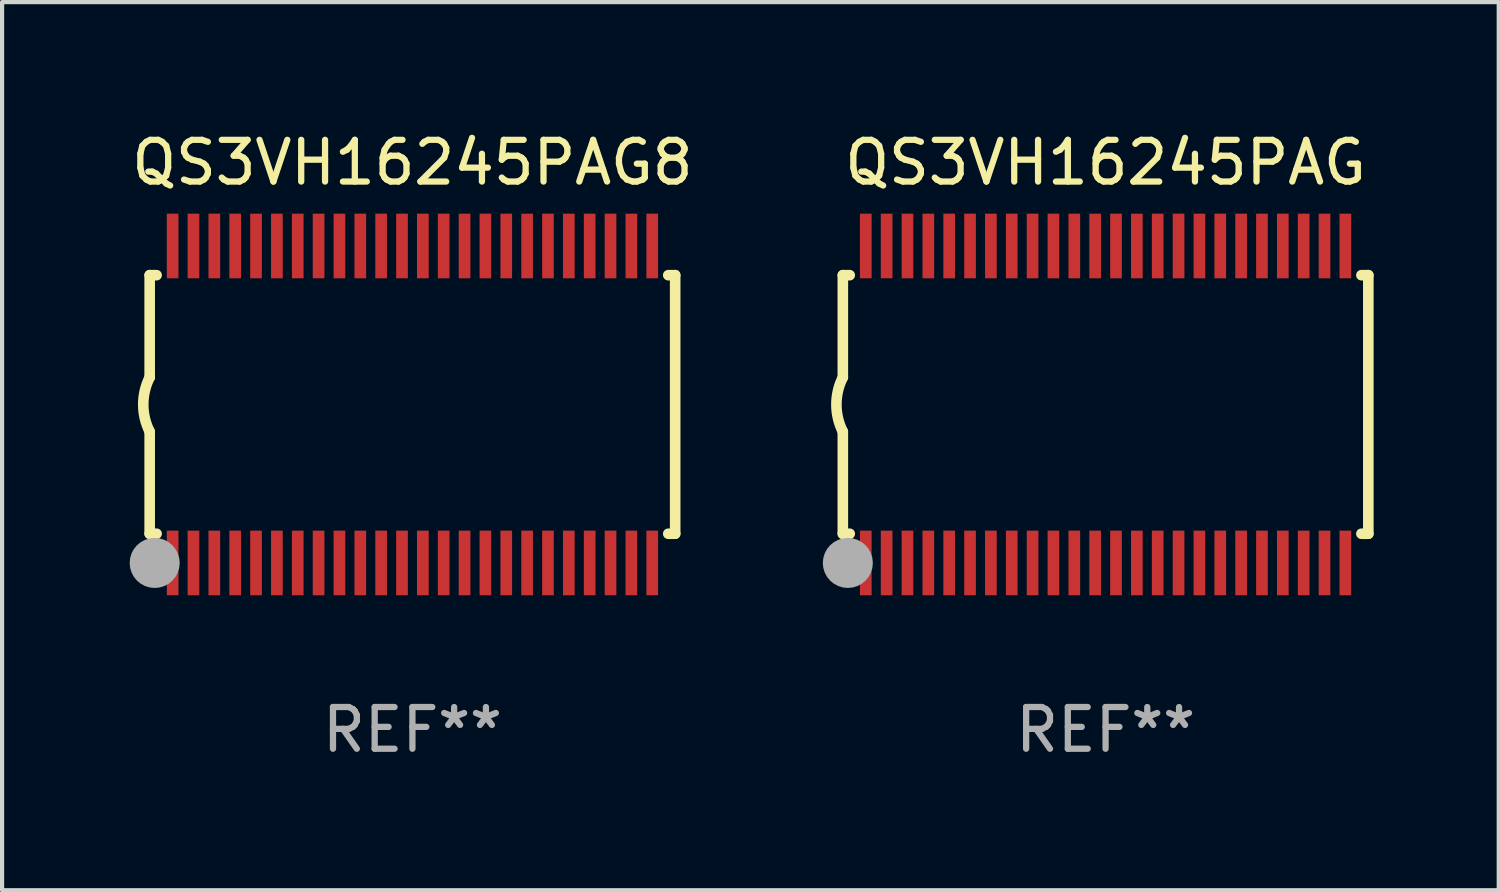
<source format=kicad_pcb>
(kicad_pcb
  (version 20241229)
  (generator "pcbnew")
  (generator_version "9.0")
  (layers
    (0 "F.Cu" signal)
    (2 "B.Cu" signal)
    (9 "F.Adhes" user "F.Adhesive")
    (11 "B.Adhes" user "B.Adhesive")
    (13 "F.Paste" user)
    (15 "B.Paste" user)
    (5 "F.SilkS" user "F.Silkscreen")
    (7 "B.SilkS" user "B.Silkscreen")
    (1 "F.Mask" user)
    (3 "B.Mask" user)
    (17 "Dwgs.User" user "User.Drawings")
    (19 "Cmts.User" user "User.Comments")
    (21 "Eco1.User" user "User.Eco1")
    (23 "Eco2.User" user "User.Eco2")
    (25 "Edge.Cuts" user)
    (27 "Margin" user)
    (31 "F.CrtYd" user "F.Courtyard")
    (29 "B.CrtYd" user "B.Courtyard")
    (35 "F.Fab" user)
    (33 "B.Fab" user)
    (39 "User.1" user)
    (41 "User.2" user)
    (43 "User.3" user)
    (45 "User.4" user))
  (footprint "QS3VH16245PAG"
    (layer "F.Cu")
    (at 23.459 6.648)
    (property "Reference" "QS3VH16245PAG" (at 0 -5.8 0) (layer "F.SilkS") (effects (font (size 1 1) (thickness 0.15))))
    (attr through_hole)
    (fp_line (start -6.3 -3.1) (end -6.3 -0.65) (stroke (width 0.254) (type solid)) (layer "F.SilkS"))
    (fp_line (start -6.3 -3.1) (end -6.134 -3.1) (stroke (width 0.254) (type solid)) (layer "F.SilkS"))
    (fp_line (start -6.3 3.1) (end -6.3 0.65) (stroke (width 0.254) (type solid)) (layer "F.SilkS"))
    (fp_line (start -6.3 3.1) (end -6.134 3.1) (stroke (width 0.254) (type solid)) (layer "F.SilkS"))
    (fp_line (start 6.134 -3.1) (end 6.3 -3.1) (stroke (width 0.254) (type solid)) (layer "F.SilkS"))
    (fp_line (start 6.134 3.1) (end 6.3 3.1) (stroke (width 0.254) (type solid)) (layer "F.SilkS"))
    (fp_line (start 6.3 -3.1) (end 6.3 3.1) (stroke (width 0.254) (type solid)) (layer "F.SilkS"))
    (fp_arc (start -6.301016 0.650114) (mid -6.45413 -0.000082) (end -6.3 -0.650038) (stroke (width 0.254001) (type solid)) (layer "F.SilkS"))
    (fp_circle (center -6.35 3.81) (end -6.223 3.81) (stroke (width 0.254) (type solid)) (fill no) (layer "F.SilkS"))
    (fp_circle (center -6.25 4.05) (end -6.22 4.05) (stroke (width 0.06) (type solid)) (fill no) (layer "F.SilkS"))
    (fp_circle (center -6.18 3.8) (end -5.88 3.8) (stroke (width 0.6) (type solid)) (fill no) (layer "F.Fab"))
    (fp_text user "REF**" (at 0 7.8 0) (layer "F.Fab") (effects (font (size 1 1) (thickness 0.15))))
    (pad "1" smd rect (at -5.75 3.8) (size 0.28 1.55) (layers "F.Cu" "F.Mask" "F.Paste"))
    (pad "2" smd rect (at -5.25 3.8) (size 0.28 1.55) (layers "F.Cu" "F.Mask" "F.Paste"))
    (pad "3" smd rect (at -4.75 3.8) (size 0.28 1.55) (layers "F.Cu" "F.Mask" "F.Paste"))
    (pad "4" smd rect (at -4.25 3.8) (size 0.28 1.55) (layers "F.Cu" "F.Mask" "F.Paste"))
    (pad "5" smd rect (at -3.75 3.8) (size 0.28 1.55) (layers "F.Cu" "F.Mask" "F.Paste"))
    (pad "6" smd rect (at -3.25 3.8) (size 0.28 1.55) (layers "F.Cu" "F.Mask" "F.Paste"))
    (pad "7" smd rect (at -2.75 3.8) (size 0.28 1.55) (layers "F.Cu" "F.Mask" "F.Paste"))
    (pad "8" smd rect (at -2.25 3.8) (size 0.28 1.55) (layers "F.Cu" "F.Mask" "F.Paste"))
    (pad "9" smd rect (at -1.75 3.8) (size 0.28 1.55) (layers "F.Cu" "F.Mask" "F.Paste"))
    (pad "10" smd rect (at -1.25 3.8) (size 0.28 1.55) (layers "F.Cu" "F.Mask" "F.Paste"))
    (pad "11" smd rect (at -0.75 3.8) (size 0.28 1.55) (layers "F.Cu" "F.Mask" "F.Paste"))
    (pad "12" smd rect (at -0.25 3.8) (size 0.28 1.55) (layers "F.Cu" "F.Mask" "F.Paste"))
    (pad "13" smd rect (at 0.25 3.8) (size 0.28 1.55) (layers "F.Cu" "F.Mask" "F.Paste"))
    (pad "14" smd rect (at 0.75 3.8) (size 0.28 1.55) (layers "F.Cu" "F.Mask" "F.Paste"))
    (pad "15" smd rect (at 1.25 3.8) (size 0.28 1.55) (layers "F.Cu" "F.Mask" "F.Paste"))
    (pad "16" smd rect (at 1.75 3.8) (size 0.28 1.55) (layers "F.Cu" "F.Mask" "F.Paste"))
    (pad "17" smd rect (at 2.25 3.8) (size 0.28 1.55) (layers "F.Cu" "F.Mask" "F.Paste"))
    (pad "18" smd rect (at 2.75 3.8) (size 0.28 1.55) (layers "F.Cu" "F.Mask" "F.Paste"))
    (pad "19" smd rect (at 3.25 3.8) (size 0.28 1.55) (layers "F.Cu" "F.Mask" "F.Paste"))
    (pad "20" smd rect (at 3.75 3.8) (size 0.28 1.55) (layers "F.Cu" "F.Mask" "F.Paste"))
    (pad "21" smd rect (at 4.25 3.8) (size 0.28 1.55) (layers "F.Cu" "F.Mask" "F.Paste"))
    (pad "22" smd rect (at 4.75 3.8) (size 0.28 1.55) (layers "F.Cu" "F.Mask" "F.Paste"))
    (pad "23" smd rect (at 5.25 3.8) (size 0.28 1.55) (layers "F.Cu" "F.Mask" "F.Paste"))
    (pad "24" smd rect (at 5.75 3.8) (size 0.28 1.55) (layers "F.Cu" "F.Mask" "F.Paste"))
    (pad "25" smd rect (at 5.75 -3.8) (size 0.28 1.55) (layers "F.Cu" "F.Mask" "F.Paste"))
    (pad "26" smd rect (at 5.25 -3.8) (size 0.28 1.55) (layers "F.Cu" "F.Mask" "F.Paste"))
    (pad "27" smd rect (at 4.75 -3.8) (size 0.28 1.55) (layers "F.Cu" "F.Mask" "F.Paste"))
    (pad "28" smd rect (at 4.25 -3.8) (size 0.28 1.55) (layers "F.Cu" "F.Mask" "F.Paste"))
    (pad "29" smd rect (at 3.75 -3.8) (size 0.28 1.55) (layers "F.Cu" "F.Mask" "F.Paste"))
    (pad "30" smd rect (at 3.25 -3.8) (size 0.28 1.55) (layers "F.Cu" "F.Mask" "F.Paste"))
    (pad "31" smd rect (at 2.75 -3.8) (size 0.28 1.55) (layers "F.Cu" "F.Mask" "F.Paste"))
    (pad "32" smd rect (at 2.25 -3.8) (size 0.28 1.55) (layers "F.Cu" "F.Mask" "F.Paste"))
    (pad "33" smd rect (at 1.75 -3.8) (size 0.28 1.55) (layers "F.Cu" "F.Mask" "F.Paste"))
    (pad "34" smd rect (at 1.25 -3.8) (size 0.28 1.55) (layers "F.Cu" "F.Mask" "F.Paste"))
    (pad "35" smd rect (at 0.75 -3.8) (size 0.28 1.55) (layers "F.Cu" "F.Mask" "F.Paste"))
    (pad "36" smd rect (at 0.25 -3.8) (size 0.28 1.55) (layers "F.Cu" "F.Mask" "F.Paste"))
    (pad "37" smd rect (at -0.25 -3.8) (size 0.28 1.55) (layers "F.Cu" "F.Mask" "F.Paste"))
    (pad "38" smd rect (at -0.75 -3.8) (size 0.28 1.55) (layers "F.Cu" "F.Mask" "F.Paste"))
    (pad "39" smd rect (at -1.25 -3.8) (size 0.28 1.55) (layers "F.Cu" "F.Mask" "F.Paste"))
    (pad "40" smd rect (at -1.75 -3.8) (size 0.28 1.55) (layers "F.Cu" "F.Mask" "F.Paste"))
    (pad "41" smd rect (at -2.25 -3.8) (size 0.28 1.55) (layers "F.Cu" "F.Mask" "F.Paste"))
    (pad "42" smd rect (at -2.75 -3.8) (size 0.28 1.55) (layers "F.Cu" "F.Mask" "F.Paste"))
    (pad "43" smd rect (at -3.25 -3.8) (size 0.28 1.55) (layers "F.Cu" "F.Mask" "F.Paste"))
    (pad "44" smd rect (at -3.75 -3.8) (size 0.28 1.55) (layers "F.Cu" "F.Mask" "F.Paste"))
    (pad "45" smd rect (at -4.25 -3.8) (size 0.28 1.55) (layers "F.Cu" "F.Mask" "F.Paste"))
    (pad "46" smd rect (at -4.75 -3.8) (size 0.28 1.55) (layers "F.Cu" "F.Mask" "F.Paste"))
    (pad "47" smd rect (at -5.25 -3.8) (size 0.28 1.55) (layers "F.Cu" "F.Mask" "F.Paste"))
    (pad "48" smd rect (at -5.75 -3.8) (size 0.28 1.55) (layers "F.Cu" "F.Mask" "F.Paste")))
  (footprint "QS3VH16245PAG8"
    (layer "F.Cu")
    (at 6.839 6.648)
    (property "Reference" "QS3VH16245PAG8" (at 0 -5.8 0) (layer "F.SilkS") (effects (font (size 1 1) (thickness 0.15))))
    (attr through_hole)
    (fp_line (start -6.3 -3.1) (end -6.3 -0.65) (stroke (width 0.254) (type solid)) (layer "F.SilkS"))
    (fp_line (start -6.3 -3.1) (end -6.134 -3.1) (stroke (width 0.254) (type solid)) (layer "F.SilkS"))
    (fp_line (start -6.3 3.1) (end -6.3 0.65) (stroke (width 0.254) (type solid)) (layer "F.SilkS"))
    (fp_line (start -6.3 3.1) (end -6.134 3.1) (stroke (width 0.254) (type solid)) (layer "F.SilkS"))
    (fp_line (start 6.134 -3.1) (end 6.3 -3.1) (stroke (width 0.254) (type solid)) (layer "F.SilkS"))
    (fp_line (start 6.134 3.1) (end 6.3 3.1) (stroke (width 0.254) (type solid)) (layer "F.SilkS"))
    (fp_line (start 6.3 -3.1) (end 6.3 3.1) (stroke (width 0.254) (type solid)) (layer "F.SilkS"))
    (fp_arc (start -6.301016 0.650114) (mid -6.45413 -0.000082) (end -6.3 -0.650038) (stroke (width 0.254001) (type solid)) (layer "F.SilkS"))
    (fp_circle (center -6.35 3.81) (end -6.223 3.81) (stroke (width 0.254) (type solid)) (fill no) (layer "F.SilkS"))
    (fp_circle (center -6.25 4.05) (end -6.22 4.05) (stroke (width 0.06) (type solid)) (fill no) (layer "F.SilkS"))
    (fp_circle (center -6.18 3.8) (end -5.88 3.8) (stroke (width 0.6) (type solid)) (fill no) (layer "F.Fab"))
    (fp_text user "REF**" (at 0 7.8 0) (layer "F.Fab") (effects (font (size 1 1) (thickness 0.15))))
    (pad "1" smd rect (at -5.75 3.8) (size 0.28 1.55) (layers "F.Cu" "F.Mask" "F.Paste"))
    (pad "2" smd rect (at -5.25 3.8) (size 0.28 1.55) (layers "F.Cu" "F.Mask" "F.Paste"))
    (pad "3" smd rect (at -4.75 3.8) (size 0.28 1.55) (layers "F.Cu" "F.Mask" "F.Paste"))
    (pad "4" smd rect (at -4.25 3.8) (size 0.28 1.55) (layers "F.Cu" "F.Mask" "F.Paste"))
    (pad "5" smd rect (at -3.75 3.8) (size 0.28 1.55) (layers "F.Cu" "F.Mask" "F.Paste"))
    (pad "6" smd rect (at -3.25 3.8) (size 0.28 1.55) (layers "F.Cu" "F.Mask" "F.Paste"))
    (pad "7" smd rect (at -2.75 3.8) (size 0.28 1.55) (layers "F.Cu" "F.Mask" "F.Paste"))
    (pad "8" smd rect (at -2.25 3.8) (size 0.28 1.55) (layers "F.Cu" "F.Mask" "F.Paste"))
    (pad "9" smd rect (at -1.75 3.8) (size 0.28 1.55) (layers "F.Cu" "F.Mask" "F.Paste"))
    (pad "10" smd rect (at -1.25 3.8) (size 0.28 1.55) (layers "F.Cu" "F.Mask" "F.Paste"))
    (pad "11" smd rect (at -0.75 3.8) (size 0.28 1.55) (layers "F.Cu" "F.Mask" "F.Paste"))
    (pad "12" smd rect (at -0.25 3.8) (size 0.28 1.55) (layers "F.Cu" "F.Mask" "F.Paste"))
    (pad "13" smd rect (at 0.25 3.8) (size 0.28 1.55) (layers "F.Cu" "F.Mask" "F.Paste"))
    (pad "14" smd rect (at 0.75 3.8) (size 0.28 1.55) (layers "F.Cu" "F.Mask" "F.Paste"))
    (pad "15" smd rect (at 1.25 3.8) (size 0.28 1.55) (layers "F.Cu" "F.Mask" "F.Paste"))
    (pad "16" smd rect (at 1.75 3.8) (size 0.28 1.55) (layers "F.Cu" "F.Mask" "F.Paste"))
    (pad "17" smd rect (at 2.25 3.8) (size 0.28 1.55) (layers "F.Cu" "F.Mask" "F.Paste"))
    (pad "18" smd rect (at 2.75 3.8) (size 0.28 1.55) (layers "F.Cu" "F.Mask" "F.Paste"))
    (pad "19" smd rect (at 3.25 3.8) (size 0.28 1.55) (layers "F.Cu" "F.Mask" "F.Paste"))
    (pad "20" smd rect (at 3.75 3.8) (size 0.28 1.55) (layers "F.Cu" "F.Mask" "F.Paste"))
    (pad "21" smd rect (at 4.25 3.8) (size 0.28 1.55) (layers "F.Cu" "F.Mask" "F.Paste"))
    (pad "22" smd rect (at 4.75 3.8) (size 0.28 1.55) (layers "F.Cu" "F.Mask" "F.Paste"))
    (pad "23" smd rect (at 5.25 3.8) (size 0.28 1.55) (layers "F.Cu" "F.Mask" "F.Paste"))
    (pad "24" smd rect (at 5.75 3.8) (size 0.28 1.55) (layers "F.Cu" "F.Mask" "F.Paste"))
    (pad "25" smd rect (at 5.75 -3.8) (size 0.28 1.55) (layers "F.Cu" "F.Mask" "F.Paste"))
    (pad "26" smd rect (at 5.25 -3.8) (size 0.28 1.55) (layers "F.Cu" "F.Mask" "F.Paste"))
    (pad "27" smd rect (at 4.75 -3.8) (size 0.28 1.55) (layers "F.Cu" "F.Mask" "F.Paste"))
    (pad "28" smd rect (at 4.25 -3.8) (size 0.28 1.55) (layers "F.Cu" "F.Mask" "F.Paste"))
    (pad "29" smd rect (at 3.75 -3.8) (size 0.28 1.55) (layers "F.Cu" "F.Mask" "F.Paste"))
    (pad "30" smd rect (at 3.25 -3.8) (size 0.28 1.55) (layers "F.Cu" "F.Mask" "F.Paste"))
    (pad "31" smd rect (at 2.75 -3.8) (size 0.28 1.55) (layers "F.Cu" "F.Mask" "F.Paste"))
    (pad "32" smd rect (at 2.25 -3.8) (size 0.28 1.55) (layers "F.Cu" "F.Mask" "F.Paste"))
    (pad "33" smd rect (at 1.75 -3.8) (size 0.28 1.55) (layers "F.Cu" "F.Mask" "F.Paste"))
    (pad "34" smd rect (at 1.25 -3.8) (size 0.28 1.55) (layers "F.Cu" "F.Mask" "F.Paste"))
    (pad "35" smd rect (at 0.75 -3.8) (size 0.28 1.55) (layers "F.Cu" "F.Mask" "F.Paste"))
    (pad "36" smd rect (at 0.25 -3.8) (size 0.28 1.55) (layers "F.Cu" "F.Mask" "F.Paste"))
    (pad "37" smd rect (at -0.25 -3.8) (size 0.28 1.55) (layers "F.Cu" "F.Mask" "F.Paste"))
    (pad "38" smd rect (at -0.75 -3.8) (size 0.28 1.55) (layers "F.Cu" "F.Mask" "F.Paste"))
    (pad "39" smd rect (at -1.25 -3.8) (size 0.28 1.55) (layers "F.Cu" "F.Mask" "F.Paste"))
    (pad "40" smd rect (at -1.75 -3.8) (size 0.28 1.55) (layers "F.Cu" "F.Mask" "F.Paste"))
    (pad "41" smd rect (at -2.25 -3.8) (size 0.28 1.55) (layers "F.Cu" "F.Mask" "F.Paste"))
    (pad "42" smd rect (at -2.75 -3.8) (size 0.28 1.55) (layers "F.Cu" "F.Mask" "F.Paste"))
    (pad "43" smd rect (at -3.25 -3.8) (size 0.28 1.55) (layers "F.Cu" "F.Mask" "F.Paste"))
    (pad "44" smd rect (at -3.75 -3.8) (size 0.28 1.55) (layers "F.Cu" "F.Mask" "F.Paste"))
    (pad "45" smd rect (at -4.25 -3.8) (size 0.28 1.55) (layers "F.Cu" "F.Mask" "F.Paste"))
    (pad "46" smd rect (at -4.75 -3.8) (size 0.28 1.55) (layers "F.Cu" "F.Mask" "F.Paste"))
    (pad "47" smd rect (at -5.25 -3.8) (size 0.28 1.55) (layers "F.Cu" "F.Mask" "F.Paste"))
    (pad "48" smd rect (at -5.75 -3.8) (size 0.28 1.55) (layers "F.Cu" "F.Mask" "F.Paste")))
  (gr_rect
    (start -3 -3)
    (end 32.886 18.296)
    (stroke (width 0.1) (type default))
    (fill no)
    (layer "Edge.Cuts")))
</source>
